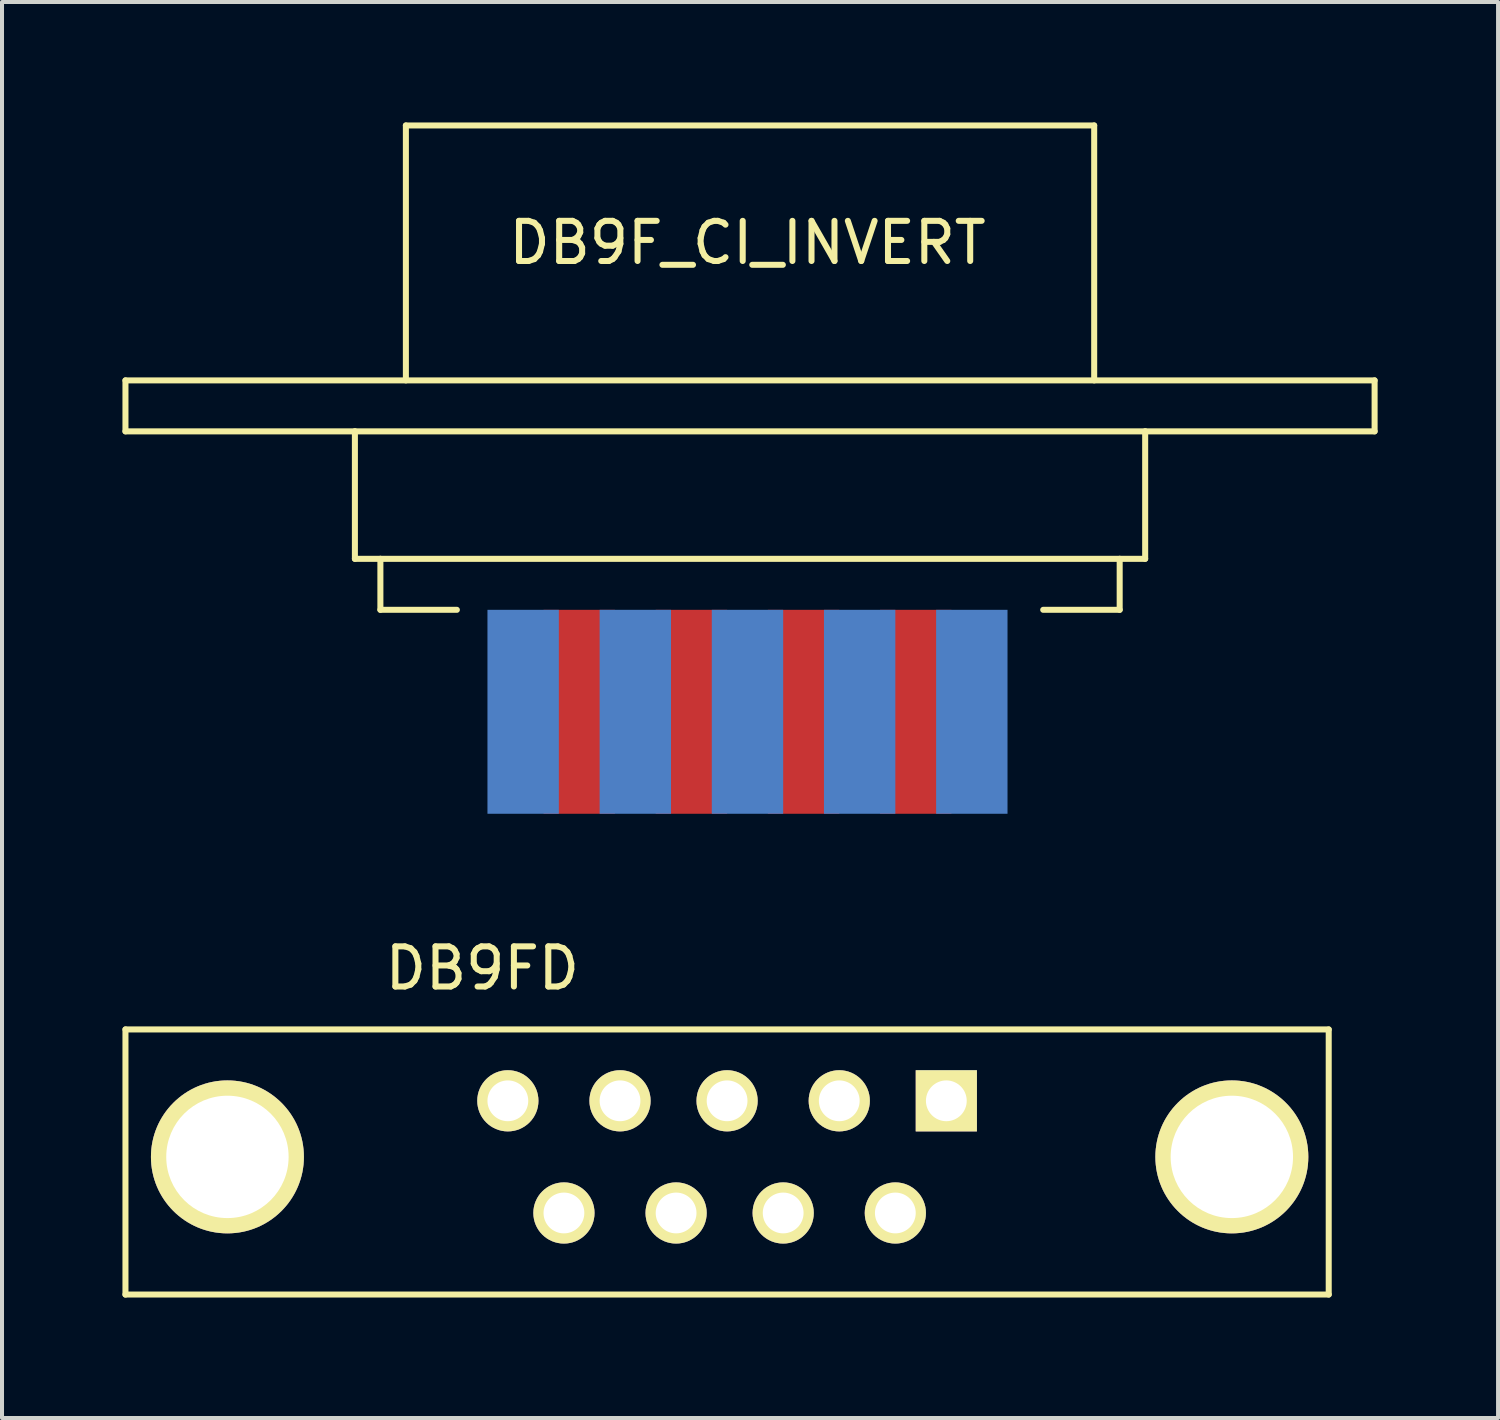
<source format=kicad_pcb>
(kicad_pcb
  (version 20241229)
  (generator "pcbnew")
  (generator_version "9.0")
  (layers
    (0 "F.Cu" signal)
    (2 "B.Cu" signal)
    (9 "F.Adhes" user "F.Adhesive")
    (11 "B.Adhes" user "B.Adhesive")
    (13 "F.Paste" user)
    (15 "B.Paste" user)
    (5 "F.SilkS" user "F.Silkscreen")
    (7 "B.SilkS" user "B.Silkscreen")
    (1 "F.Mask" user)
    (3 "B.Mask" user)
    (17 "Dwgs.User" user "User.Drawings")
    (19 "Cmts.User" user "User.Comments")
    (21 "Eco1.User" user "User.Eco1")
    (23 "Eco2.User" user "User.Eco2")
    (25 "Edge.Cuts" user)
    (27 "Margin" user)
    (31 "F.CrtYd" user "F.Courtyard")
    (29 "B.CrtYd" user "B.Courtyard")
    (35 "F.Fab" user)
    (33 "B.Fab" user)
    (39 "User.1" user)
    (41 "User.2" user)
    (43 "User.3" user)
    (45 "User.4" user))
  (footprint "DB9FD"
    (layer "F.Cu")
    (at 15.061 25.894)
    (property "Reference" "DB9FD" (at -6.096 -4.826 180) (layer "F.SilkS") (effects (font (size 1 1) (thickness 0.15))))
    (attr through_hole)
    (fp_line (start -14.986 -3.302) (end -14.986 3.302) (stroke (width 0.15) (type solid)) (layer "F.SilkS"))
    (fp_line (start -14.986 3.302) (end 14.986 3.302) (stroke (width 0.15) (type solid)) (layer "F.SilkS"))
    (fp_line (start 14.986 -3.302) (end -14.986 -3.302) (stroke (width 0.15) (type solid)) (layer "F.SilkS"))
    (fp_line (start 14.986 3.302) (end 14.986 -3.302) (stroke (width 0.15) (type solid)) (layer "F.SilkS"))
    (pad "0" thru_hole circle (at -12.446 -0.127) (size 3.81 3.81) (drill 3.048) (layers "*.Cu" "*.Mask" "F.SilkS"))
    (pad "0" thru_hole circle (at 12.573 -0.127) (size 3.81 3.81) (drill 3.048) (layers "*.Cu" "*.Mask" "F.SilkS"))
    (pad "1" thru_hole rect (at 5.461 -1.524) (size 1.524 1.524) (drill 1.016) (layers "*.Cu" "*.Mask" "F.SilkS"))
    (pad "2" thru_hole circle (at 2.794 -1.524) (size 1.524 1.524) (drill 1.016) (layers "*.Cu" "*.Mask" "F.SilkS"))
    (pad "3" thru_hole circle (at 0 -1.524) (size 1.524 1.524) (drill 1.016) (layers "*.Cu" "*.Mask" "F.SilkS"))
    (pad "4" thru_hole circle (at -2.667 -1.524) (size 1.524 1.524) (drill 1.016) (layers "*.Cu" "*.Mask" "F.SilkS"))
    (pad "5" thru_hole circle (at -5.461 -1.524) (size 1.524 1.524) (drill 1.016) (layers "*.Cu" "*.Mask" "F.SilkS"))
    (pad "6" thru_hole circle (at 4.191 1.27) (size 1.524 1.524) (drill 1.016) (layers "*.Cu" "*.Mask" "F.SilkS"))
    (pad "7" thru_hole circle (at 1.397 1.27) (size 1.524 1.524) (drill 1.016) (layers "*.Cu" "*.Mask" "F.SilkS"))
    (pad "8" thru_hole circle (at -1.27 1.27) (size 1.524 1.524) (drill 1.016) (layers "*.Cu" "*.Mask" "F.SilkS"))
    (pad "9" thru_hole circle (at -4.064 1.27) (size 1.524 1.524) (drill 1.016) (layers "*.Cu" "*.Mask" "F.SilkS")))
  (footprint "DB9F_CI_INVERT"
    (layer "F.Cu")
    (at 15.569 12.14)
    (property "Reference" "DB9F_CI_INVERT" (at 0 -9.144 0) (layer "F.SilkS") (effects (font (size 1 1) (thickness 0.15))))
    (attr through_hole)
    (fp_line (start -15.494 -5.715) (end 15.621 -5.715) (stroke (width 0.15) (type solid)) (layer "F.SilkS"))
    (fp_line (start -15.494 -4.445) (end -15.494 -5.715) (stroke (width 0.15) (type solid)) (layer "F.SilkS"))
    (fp_line (start -9.779 -4.445) (end -15.494 -4.445) (stroke (width 0.15) (type solid)) (layer "F.SilkS"))
    (fp_line (start -9.779 -1.27) (end -9.779 -4.445) (stroke (width 0.15) (type solid)) (layer "F.SilkS"))
    (fp_line (start -9.144 -1.27) (end -9.779 -1.27) (stroke (width 0.15) (type solid)) (layer "F.SilkS"))
    (fp_line (start -9.144 0) (end -9.144 -1.27) (stroke (width 0.15) (type solid)) (layer "F.SilkS"))
    (fp_line (start -8.509 -12.065) (end 8.636 -12.065) (stroke (width 0.15) (type solid)) (layer "F.SilkS"))
    (fp_line (start -8.509 -5.715) (end -8.509 -12.065) (stroke (width 0.15) (type solid)) (layer "F.SilkS"))
    (fp_line (start -7.239 0) (end -9.144 0) (stroke (width 0.15) (type solid)) (layer "F.SilkS"))
    (fp_line (start 7.366 0) (end 9.271 0) (stroke (width 0.15) (type solid)) (layer "F.SilkS"))
    (fp_line (start 8.636 -5.715) (end 8.636 -12.065) (stroke (width 0.15) (type solid)) (layer "F.SilkS"))
    (fp_line (start 9.271 -1.27) (end -9.144 -1.27) (stroke (width 0.15) (type solid)) (layer "F.SilkS"))
    (fp_line (start 9.271 0) (end 9.271 -1.27) (stroke (width 0.15) (type solid)) (layer "F.SilkS"))
    (fp_line (start 9.906 -4.445) (end -9.779 -4.445) (stroke (width 0.15) (type solid)) (layer "F.SilkS"))
    (fp_line (start 9.906 -1.27) (end 9.271 -1.27) (stroke (width 0.15) (type solid)) (layer "F.SilkS"))
    (fp_line (start 9.906 -1.27) (end 9.906 -4.445) (stroke (width 0.15) (type solid)) (layer "F.SilkS"))
    (fp_line (start 15.621 -4.445) (end 9.906 -4.445) (stroke (width 0.15) (type solid)) (layer "F.SilkS"))
    (fp_line (start 15.621 -4.445) (end 15.621 -5.715) (stroke (width 0.15) (type solid)) (layer "F.SilkS"))
    (pad "1" connect rect (at 5.588 2.54) (size 1.778 5.08) (layers "B.Cu" "B.Mask"))
    (pad "2" connect rect (at 2.794 2.54) (size 1.778 5.08) (layers "B.Cu" "B.Mask"))
    (pad "3" connect rect (at 0 2.54) (size 1.778 5.08) (layers "B.Cu" "B.Mask"))
    (pad "4" connect rect (at -2.794 2.54) (size 1.778 5.08) (layers "B.Cu" "B.Mask"))
    (pad "5" connect rect (at -5.588 2.54) (size 1.778 5.08) (layers "B.Cu" "B.Mask"))
    (pad "6" connect rect (at 4.191 2.54) (size 1.778 5.08) (layers "F.Cu" "F.Mask"))
    (pad "7" connect rect (at 1.397 2.54) (size 1.778 5.08) (layers "F.Cu" "F.Mask"))
    (pad "8" connect rect (at -1.397 2.54) (size 1.778 5.08) (layers "F.Cu" "F.Mask"))
    (pad "9" connect rect (at -4.191 2.54) (size 1.778 5.08) (layers "F.Cu" "F.Mask")))
  (gr_rect
    (start -3 -3)
    (end 34.265 32.271)
    (stroke (width 0.1) (type default))
    (fill no)
    (layer "Edge.Cuts")))
</source>
